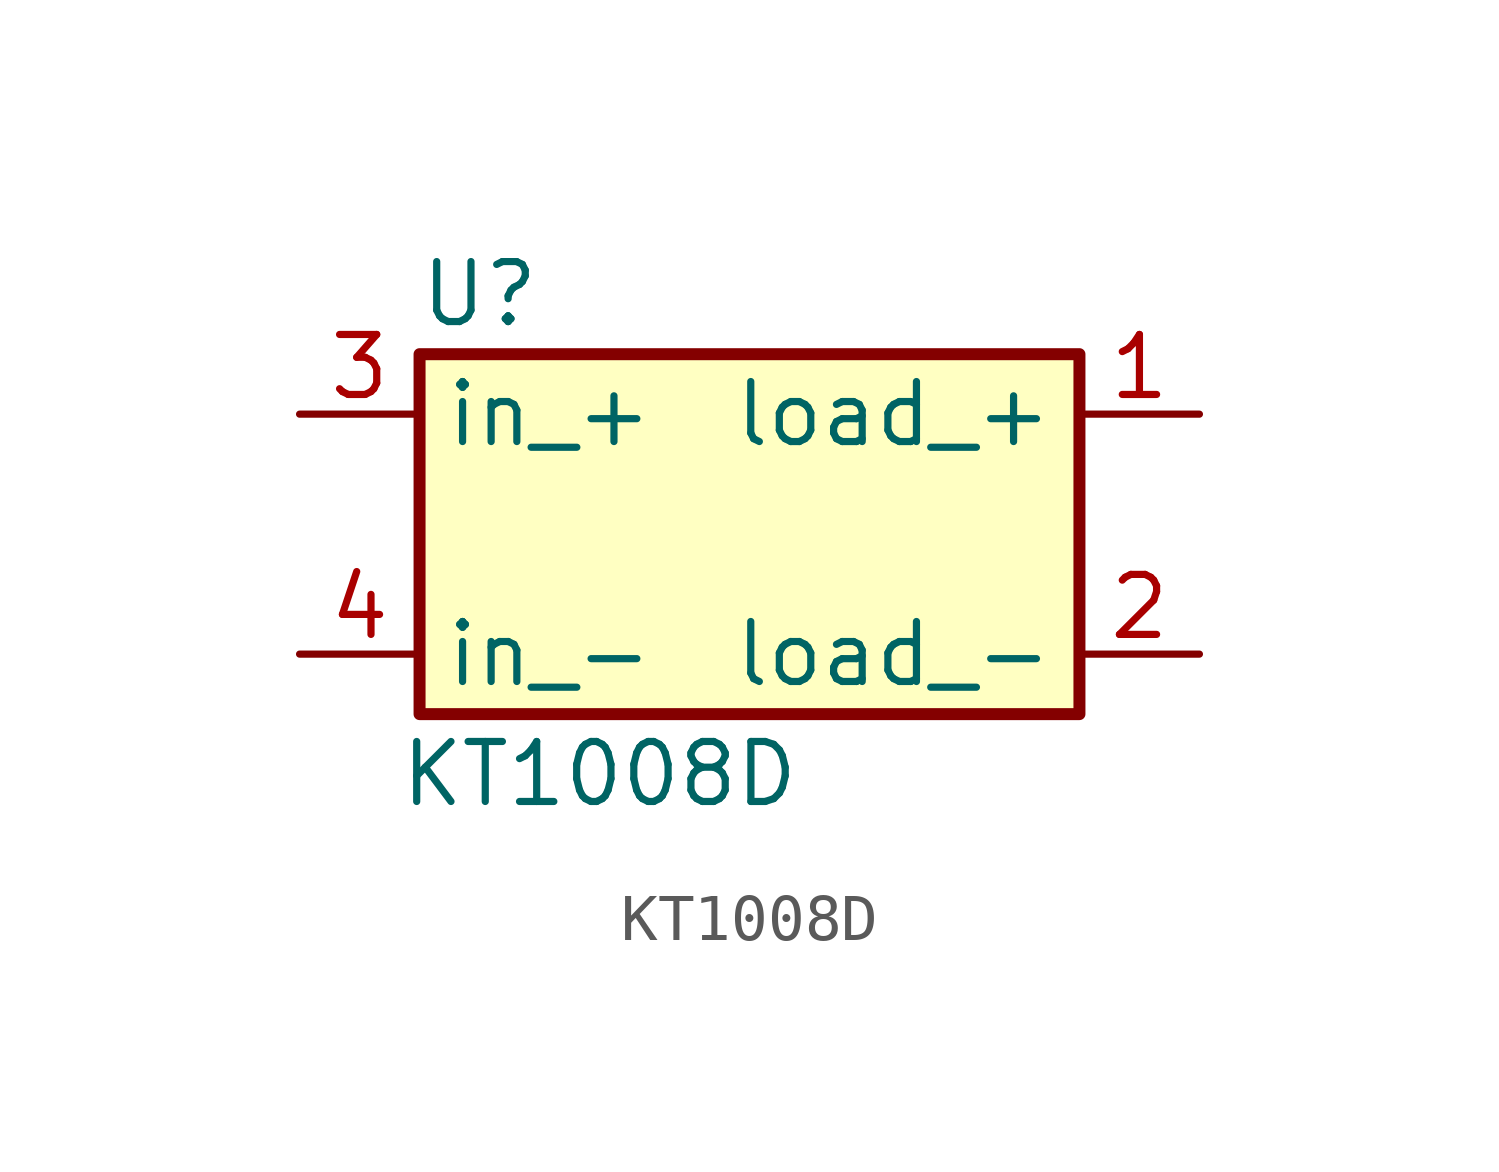
<source format=kicad_sym>
(kicad_symbol_lib
  (version 20211014)
  (generator kicad_symbol_editor)
  (symbol "KT1008D"
    (property "Reference" "U"
      (at -5.08 5.08 0)
      (effects (font (size 1.27 1.27))))
    (property "Value" "KT1008D"
      (at -2.54 -5.08 0)
      (effects (font (size 1.27 1.27))))
    (symbol "KT1008D_0_1"
      (rectangle (start -6.35 3.81) (end 7.62 -3.81) (stroke (width 0.254) (type default) (color 0 0 0 0)) (fill (type background))))
    (symbol "KT1008D_1_1"
      (pin passive line (at 10.16 2.54 180) (length 2.54) (name "load_+" (effects (font (size 1.27 1.27)))) (number "1" (effects (font (size 1.27 1.27)))))
      (pin passive line (at 10.16 -2.54 180) (length 2.54) (name "load_-" (effects (font (size 1.27 1.27)))) (number "2" (effects (font (size 1.27 1.27)))))
      (pin passive line (at -8.89 2.54 0) (length 2.54) (name "in_+" (effects (font (size 1.27 1.27)))) (number "3" (effects (font (size 1.27 1.27)))))
      (pin passive line (at -8.89 -2.54 0) (length 2.54) (name "in_-" (effects (font (size 1.27 1.27)))) (number "4" (effects (font (size 1.27 1.27))))))))
</source>
